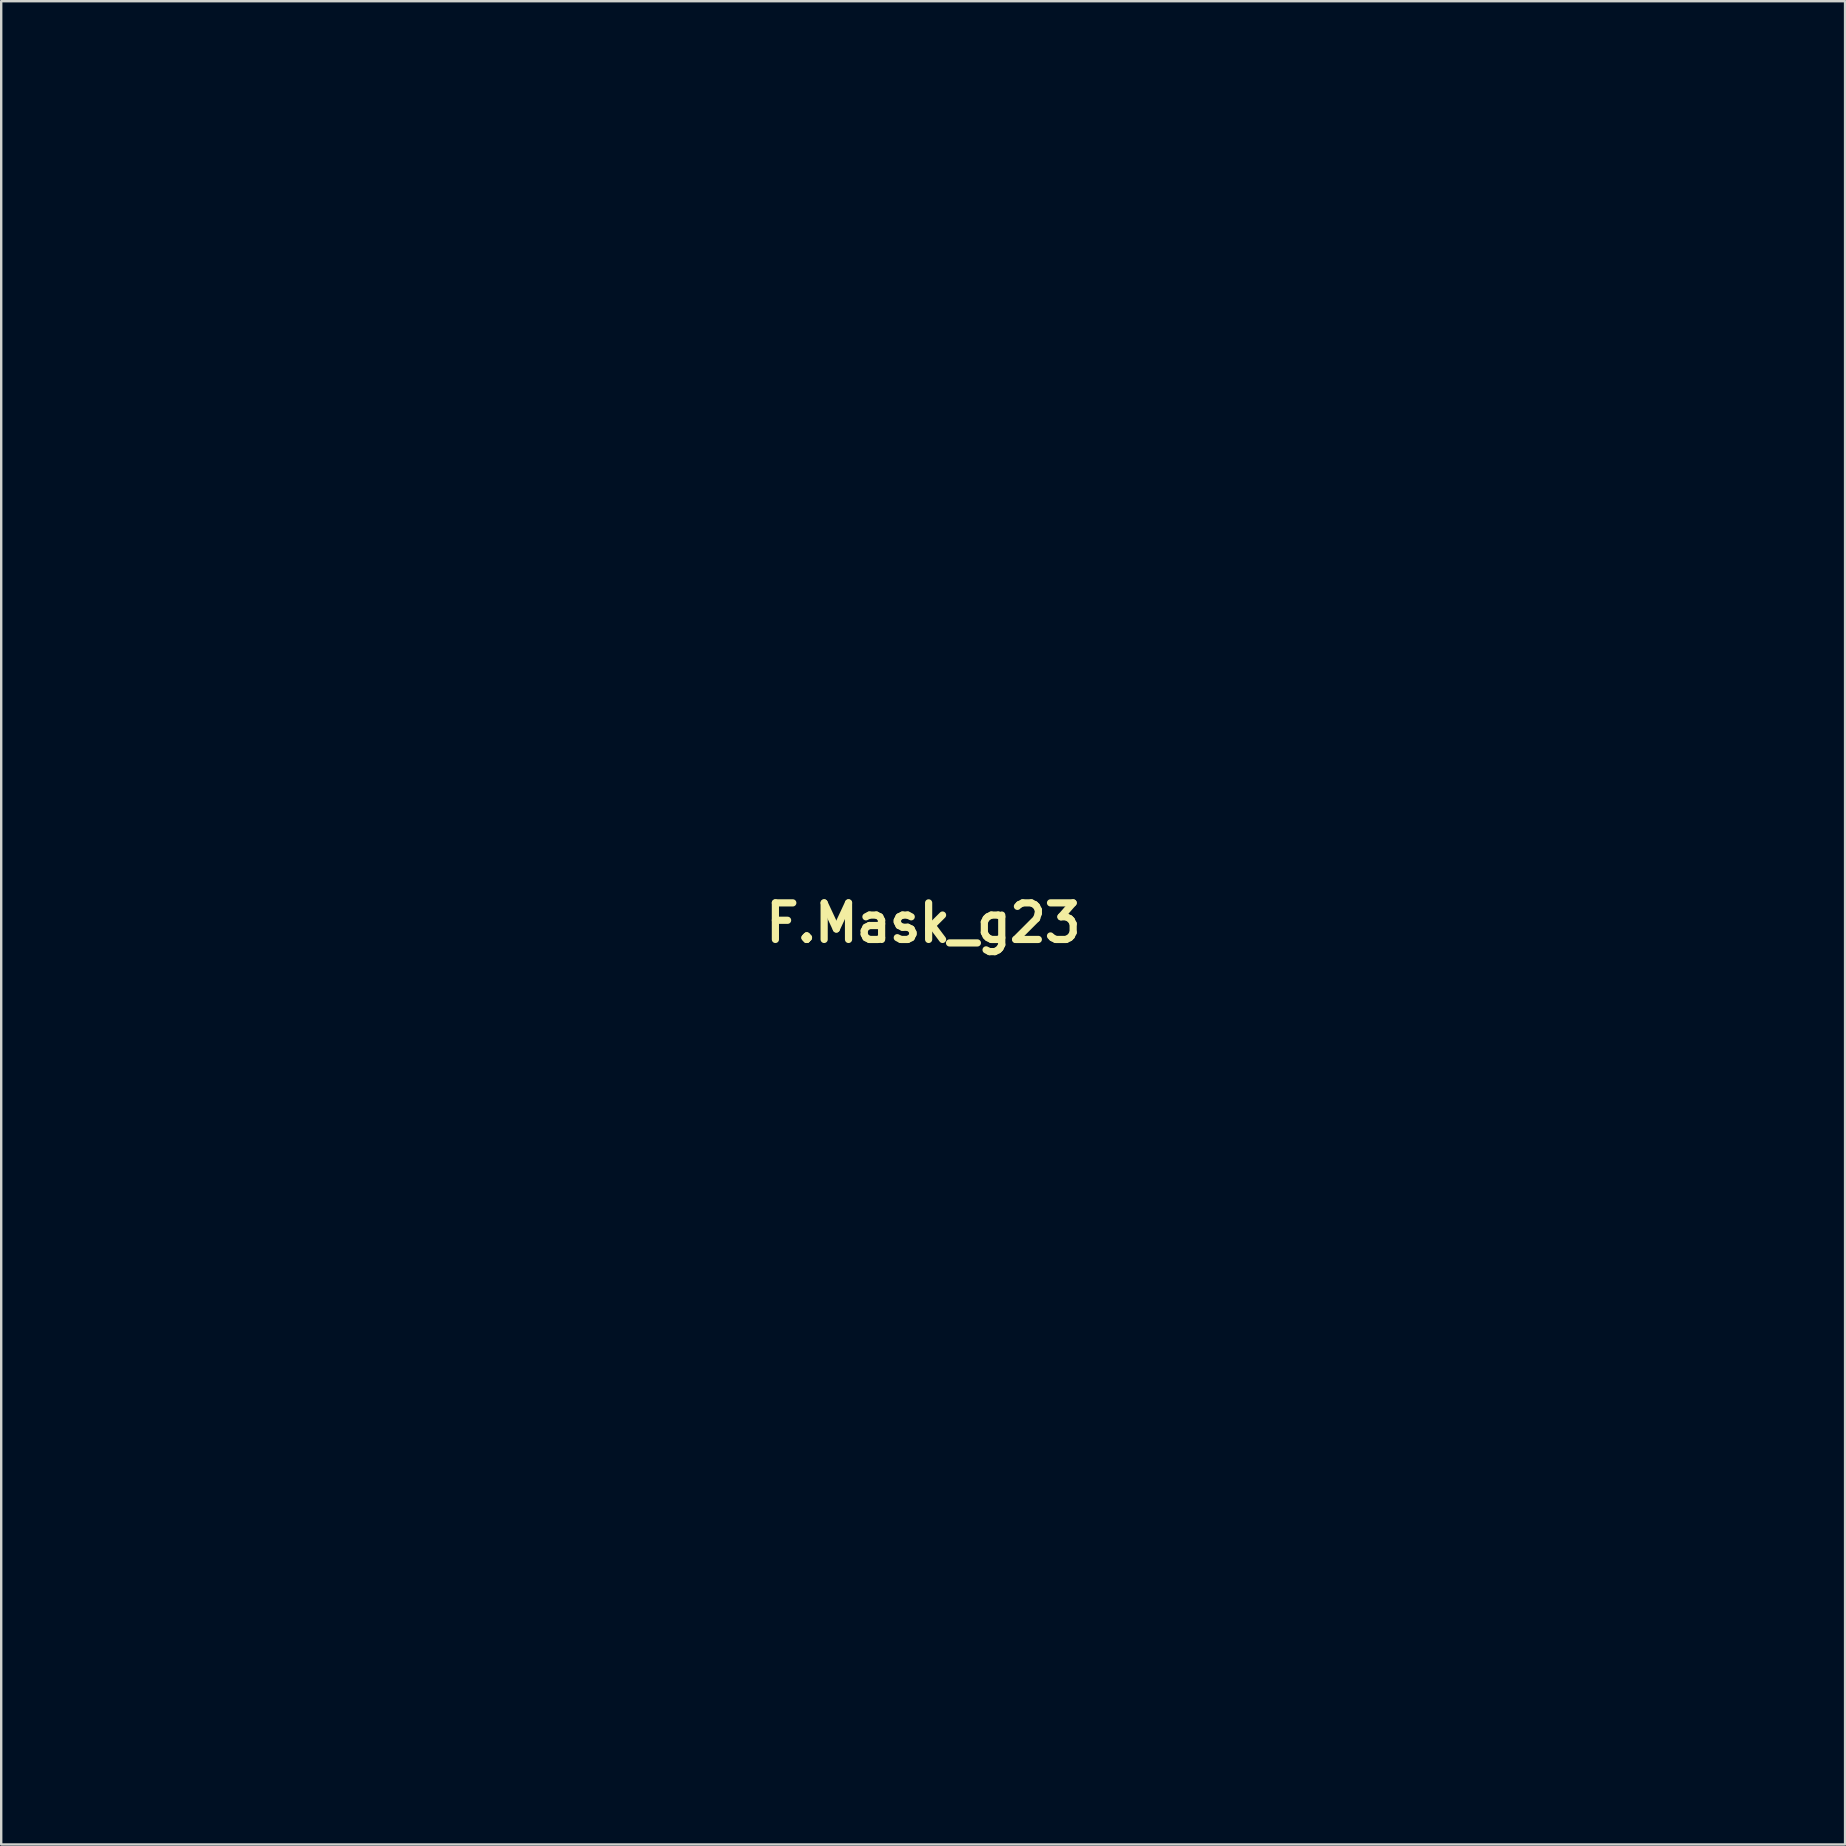
<source format=kicad_pcb>
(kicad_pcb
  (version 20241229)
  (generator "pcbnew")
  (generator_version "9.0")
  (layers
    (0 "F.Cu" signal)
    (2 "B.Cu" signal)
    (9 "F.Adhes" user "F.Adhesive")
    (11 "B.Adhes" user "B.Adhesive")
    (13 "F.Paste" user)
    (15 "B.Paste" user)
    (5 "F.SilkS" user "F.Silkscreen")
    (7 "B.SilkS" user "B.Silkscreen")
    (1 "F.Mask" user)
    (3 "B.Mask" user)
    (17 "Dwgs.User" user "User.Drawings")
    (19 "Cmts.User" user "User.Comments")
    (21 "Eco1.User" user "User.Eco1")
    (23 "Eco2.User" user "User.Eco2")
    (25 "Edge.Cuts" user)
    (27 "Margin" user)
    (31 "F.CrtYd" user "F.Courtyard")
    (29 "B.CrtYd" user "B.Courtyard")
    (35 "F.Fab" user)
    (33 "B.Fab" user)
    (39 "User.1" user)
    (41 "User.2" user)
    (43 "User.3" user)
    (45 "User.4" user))
  (footprint "F.Mask_g23"
    (layer "F.Cu")
    (at 35.435 35.414)
    (property "Reference" "F.Mask_g23" (at 0 0 0) (layer "F.SilkS") (effects (font (size 1.524 1.524) (thickness 0.3))))
    (attr through_hole)
    (fp_poly (pts (xy 6.865 -10.979) (xy 6.898 -10.925) (xy 6.943 -10.845) (xy 6.996 -10.745) (xy 7.055 -10.63) (xy 7.117 -10.507) (xy 7.179 -10.381) (xy 7.238 -10.258) (xy 7.29 -10.145) (xy 7.325 -10.065) (xy 7.523 -9.55) (xy 7.679 -9.032) (xy 7.792 -8.52) (xy 7.813 -8.369) (xy 7.829 -8.192) (xy 7.839 -8) (xy 7.843 -7.803) (xy 7.841 -7.609) (xy 7.833 -7.431) (xy 7.818 -7.277) (xy 7.804 -7.186) (xy 7.719 -6.842) (xy 7.604 -6.527) (xy 7.458 -6.236) (xy 7.278 -5.964) (xy 7.061 -5.708) (xy 6.847 -5.501) (xy 6.521 -5.234) (xy 6.18 -5.006) (xy 5.823 -4.818) (xy 5.45 -4.668) (xy 5.058 -4.556) (xy 4.647 -4.482) (xy 4.525 -4.467) (xy 4.415 -4.458) (xy 4.275 -4.453) (xy 4.12 -4.449) (xy 3.964 -4.449) (xy 3.818 -4.452) (xy 3.698 -4.458) (xy 3.672 -4.46) (xy 3.44 -4.486) (xy 3.183 -4.528) (xy 2.915 -4.581) (xy 2.65 -4.642) (xy 2.403 -4.71) (xy 2.366 -4.721) (xy 2.166 -4.787) (xy 1.947 -4.868) (xy 1.723 -4.958) (xy 1.504 -5.052) (xy 1.305 -5.144) (xy 1.169 -5.214) (xy 1.099 -5.251) (xy 3.962 -8.129) (xy 4.253 -8.421) (xy 4.535 -8.704) (xy 4.808 -8.978) (xy 5.07 -9.24) (xy 5.32 -9.49) (xy 5.557 -9.727) (xy 5.778 -9.947) (xy 5.982 -10.151) (xy 6.169 -10.337) (xy 6.336 -10.502) (xy 6.482 -10.647) (xy 6.606 -10.768) (xy 6.705 -10.866) (xy 6.78 -10.938) (xy 6.827 -10.983) (xy 6.847 -11) (xy 6.847 -11) (xy 6.865 -10.979)) (stroke (width 0.01) (type solid)) (fill yes) (layer "F.Mask"))
    (fp_poly (pts (xy -5.285 1.579) (xy -5.261 1.619) (xy -5.226 1.688) (xy -5.187 1.77) (xy -4.962 2.284) (xy -4.776 2.809) (xy -4.629 3.341) (xy -4.548 3.736) (xy -4.532 3.828) (xy -4.52 3.913) (xy -4.512 3.998) (xy -4.506 4.092) (xy -4.502 4.202) (xy -4.5 4.336) (xy -4.499 4.501) (xy -4.499 4.561) (xy -4.5 4.766) (xy -4.504 4.936) (xy -4.512 5.081) (xy -4.525 5.211) (xy -4.545 5.332) (xy -4.572 5.454) (xy -4.608 5.586) (xy -4.654 5.736) (xy -4.66 5.755) (xy -4.785 6.081) (xy -4.949 6.395) (xy -5.148 6.693) (xy -5.379 6.972) (xy -5.639 7.231) (xy -5.925 7.467) (xy -6.234 7.677) (xy -6.564 7.859) (xy -6.911 8.011) (xy -7.272 8.129) (xy -7.526 8.189) (xy -7.782 8.231) (xy -8.064 8.259) (xy -8.36 8.273) (xy -8.654 8.273) (xy -8.934 8.258) (xy -8.996 8.252) (xy -9.232 8.221) (xy -9.493 8.176) (xy -9.763 8.119) (xy -10.027 8.054) (xy -10.272 7.984) (xy -10.319 7.969) (xy -10.437 7.93) (xy -10.557 7.887) (xy -10.67 7.845) (xy -10.772 7.805) (xy -10.855 7.77) (xy -10.912 7.743) (xy -10.938 7.726) (xy -10.939 7.723) (xy -10.924 7.706) (xy -10.882 7.66) (xy -10.814 7.585) (xy -10.722 7.483) (xy -10.607 7.356) (xy -10.47 7.205) (xy -10.312 7.033) (xy -10.136 6.839) (xy -9.942 6.627) (xy -9.732 6.397) (xy -9.507 6.15) (xy -9.269 5.89) (xy -9.018 5.616) (xy -8.757 5.33) (xy -8.486 5.034) (xy -8.208 4.73) (xy -8.149 4.666) (xy -7.869 4.36) (xy -7.596 4.061) (xy -7.332 3.773) (xy -7.078 3.495) (xy -6.835 3.23) (xy -6.606 2.979) (xy -6.391 2.744) (xy -6.191 2.526) (xy -6.009 2.326) (xy -5.846 2.147) (xy -5.702 1.99) (xy -5.58 1.856) (xy -5.481 1.747) (xy -5.405 1.664) (xy -5.356 1.609) (xy -5.333 1.584) (xy -5.332 1.582) (xy -5.316 1.566) (xy -5.302 1.563) (xy -5.285 1.579)) (stroke (width 0.01) (type solid)) (fill yes) (layer "F.Mask"))
    (fp_poly (pts (xy 16.532 -35.409) (xy 17.543 -35.409) (xy 18.517 -35.409) (xy 19.454 -35.408) (xy 20.355 -35.408) (xy 21.22 -35.408) (xy 22.049 -35.408) (xy 22.842 -35.408) (xy 23.601 -35.407) (xy 24.325 -35.407) (xy 25.014 -35.407) (xy 25.67 -35.406) (xy 26.292 -35.406) (xy 26.881 -35.406) (xy 27.437 -35.405) (xy 27.96 -35.405) (xy 28.452 -35.404) (xy 28.911 -35.403) (xy 29.34 -35.403) (xy 29.737 -35.402) (xy 30.104 -35.402) (xy 30.44 -35.401) (xy 30.746 -35.4) (xy 31.023 -35.399) (xy 31.271 -35.399) (xy 31.49 -35.398) (xy 31.68 -35.397) (xy 31.843 -35.396) (xy 31.977 -35.395) (xy 32.085 -35.394) (xy 32.165 -35.393) (xy 32.218 -35.392) (xy 32.246 -35.391) (xy 32.247 -35.391) (xy 32.632 -35.333) (xy 32.996 -35.238) (xy 33.341 -35.106) (xy 33.668 -34.936) (xy 33.977 -34.727) (xy 34.27 -34.479) (xy 34.366 -34.387) (xy 34.624 -34.104) (xy 34.843 -33.808) (xy 35.024 -33.497) (xy 35.169 -33.169) (xy 35.278 -32.821) (xy 35.353 -32.45) (xy 35.391 -32.109) (xy 35.392 -32.079) (xy 35.393 -32.019) (xy 35.394 -31.928) (xy 35.395 -31.807) (xy 35.396 -31.655) (xy 35.397 -31.472) (xy 35.398 -31.257) (xy 35.399 -31.01) (xy 35.4 -30.731) (xy 35.4 -30.419) (xy 35.401 -30.075) (xy 35.402 -29.698) (xy 35.403 -29.288) (xy 35.403 -28.844) (xy 35.404 -28.366) (xy 35.404 -27.854) (xy 35.405 -27.307) (xy 35.405 -26.726) (xy 35.406 -26.11) (xy 35.406 -25.458) (xy 35.407 -24.771) (xy 35.407 -24.048) (xy 35.407 -23.288) (xy 35.408 -22.492) (xy 35.408 -21.66) (xy 35.408 -20.79) (xy 35.408 -19.883) (xy 35.408 -18.938) (xy 35.408 -17.956) (xy 35.408 -16.935) (xy 35.409 -15.876) (xy 35.409 -14.777) (xy 35.409 -13.64) (xy 35.408 -12.463) (xy 35.408 -11.247) (xy 35.408 -9.991) (xy 35.408 -8.694) (xy 35.408 -7.357) (xy 35.408 -5.979) (xy 35.407 -4.56) (xy 35.407 -3.1) (xy 35.407 -1.598) (xy 35.407 -0.054) (xy 35.406 0.222) (xy 35.406 1.631) (xy 35.406 2.997) (xy 35.406 4.323) (xy 35.405 5.608) (xy 35.405 6.854) (xy 35.405 8.06) (xy 35.404 9.228) (xy 35.404 10.357) (xy 35.404 11.45) (xy 35.403 12.505) (xy 35.403 13.525) (xy 35.403 14.509) (xy 35.402 15.459) (xy 35.402 16.374) (xy 35.402 17.256) (xy 35.401 18.105) (xy 35.401 18.921) (xy 35.401 19.706) (xy 35.4 20.46) (xy 35.4 21.184) (xy 35.4 21.877) (xy 35.399 22.542) (xy 35.399 23.178) (xy 35.399 23.786) (xy 35.398 24.367) (xy 35.398 24.921) (xy 35.397 25.449) (xy 35.397 25.952) (xy 35.396 26.43) (xy 35.396 26.884) (xy 35.395 27.315) (xy 35.395 27.723) (xy 35.394 28.108) (xy 35.393 28.472) (xy 35.393 28.815) (xy 35.392 29.137) (xy 35.392 29.44) (xy 35.391 29.724) (xy 35.39 29.989) (xy 35.389 30.236) (xy 35.389 30.467) (xy 35.388 30.68) (xy 35.387 30.878) (xy 35.386 31.06) (xy 35.385 31.228) (xy 35.384 31.381) (xy 35.383 31.522) (xy 35.382 31.649) (xy 35.381 31.764) (xy 35.38 31.868) (xy 35.379 31.96) (xy 35.378 32.043) (xy 35.377 32.115) (xy 35.376 32.179) (xy 35.375 32.234) (xy 35.373 32.282) (xy 35.372 32.322) (xy 35.371 32.356) (xy 35.369 32.383) (xy 35.368 32.406) (xy 35.366 32.424) (xy 35.365 32.438) (xy 35.363 32.448) (xy 35.363 32.449) (xy 35.273 32.844) (xy 35.149 33.215) (xy 34.99 33.561) (xy 34.796 33.884) (xy 34.567 34.185) (xy 34.386 34.381) (xy 34.1 34.639) (xy 33.791 34.862) (xy 33.459 35.05) (xy 33.103 35.203) (xy 32.725 35.319) (xy 32.533 35.363) (xy 32.524 35.365) (xy 32.512 35.366) (xy 32.496 35.368) (xy 32.476 35.369) (xy 32.451 35.371) (xy 32.421 35.372) (xy 32.384 35.373) (xy 32.341 35.375) (xy 32.29 35.376) (xy 32.232 35.377) (xy 32.165 35.378) (xy 32.089 35.379) (xy 32.002 35.381) (xy 31.906 35.382) (xy 31.798 35.383) (xy 31.679 35.384) (xy 31.547 35.385) (xy 31.402 35.385) (xy 31.244 35.386) (xy 31.071 35.387) (xy 30.883 35.388) (xy 30.68 35.389) (xy 30.461 35.389) (xy 30.225 35.39) (xy 29.972 35.391) (xy 29.701 35.392) (xy 29.411 35.392) (xy 29.102 35.393) (xy 28.773 35.393) (xy 28.424 35.394) (xy 28.053 35.394) (xy 27.661 35.395) (xy 27.246 35.395) (xy 26.808 35.396) (xy 26.347 35.396) (xy 25.861 35.397) (xy 25.351 35.397) (xy 24.815 35.397) (xy 24.253 35.398) (xy 23.664 35.398) (xy 23.048 35.398) (xy 22.403 35.399) (xy 21.73 35.399) (xy 21.028 35.399) (xy 20.296 35.399) (xy 19.534 35.4) (xy 18.74 35.4) (xy 17.914 35.4) (xy 17.056 35.4) (xy 16.166 35.401) (xy 15.241 35.401) (xy 14.282 35.401) (xy 13.288 35.401) (xy 12.259 35.401) (xy 11.194 35.401) (xy 10.091 35.401) (xy 8.952 35.402) (xy 7.774 35.402) (xy 6.558 35.402) (xy 5.302 35.402) (xy 4.007 35.402) (xy 2.671 35.402) (xy 1.294 35.402) (xy 0.064 35.402) (xy -1.106 35.403) (xy -2.266 35.403) (xy -3.414 35.403) (xy -4.551 35.403) (xy -5.676 35.403) (xy -6.789 35.403) (xy -7.887 35.403) (xy -8.971 35.403) (xy -10.04 35.403) (xy -11.093 35.403) (xy -12.129 35.403) (xy -13.148 35.403) (xy -14.149 35.403) (xy -15.131 35.403) (xy -16.094 35.403) (xy -17.036 35.403) (xy -17.958 35.403) (xy -18.858 35.403) (xy -19.735 35.402) (xy -20.59 35.402) (xy -21.42 35.402) (xy -22.226 35.402) (xy -23.006 35.402) (xy -23.761 35.402) (xy -24.488 35.402) (xy -25.188 35.402) (xy -25.86 35.401) (xy -26.503 35.401) (xy -27.117 35.401) (xy -27.699 35.401) (xy -28.251 35.401) (xy -28.771 35.401) (xy -29.258 35.4) (xy -29.712 35.4) (xy -30.132 35.4) (xy -30.517 35.4) (xy -30.866 35.399) (xy -31.18 35.399) (xy -31.456 35.399) (xy -31.694 35.399) (xy -31.895 35.398) (xy -32.056 35.398) (xy -32.177 35.398) (xy -32.257 35.398) (xy -32.296 35.397) (xy -32.3 35.397) (xy -32.659 35.339) (xy -33.012 35.242) (xy -33.356 35.109) (xy -33.684 34.942) (xy -33.993 34.744) (xy -34.276 34.518) (xy -34.513 34.283) (xy -34.757 33.982) (xy -34.964 33.662) (xy -35.134 33.322) (xy -35.266 32.964) (xy -35.359 32.587) (xy -35.412 32.226) (xy -35.413 32.202) (xy -35.414 32.15) (xy -35.415 32.072) (xy -35.416 31.966) (xy -35.417 31.832) (xy -35.418 31.669) (xy -35.419 31.478) (xy -35.42 31.258) (xy -35.42 31.009) (xy -35.421 30.73) (xy -35.422 30.421) (xy -35.423 30.082) (xy -35.423 29.712) (xy -35.424 29.311) (xy -35.425 28.878) (xy -35.425 28.414) (xy -35.426 27.917) (xy -35.426 27.388) (xy -35.427 26.827) (xy -35.427 26.231) (xy -35.428 25.603) (xy -35.428 24.94) (xy -35.428 24.243) (xy -35.429 23.512) (xy -35.429 22.746) (xy -35.429 21.944) (xy -35.429 21.106) (xy -35.429 20.233) (xy -35.43 19.323) (xy -35.43 18.376) (xy -35.43 17.393) (xy -35.43 16.371) (xy -35.43 15.312) (xy -35.43 14.215) (xy -35.43 13.079) (xy -35.43 11.905) (xy -35.43 10.691) (xy -35.429 9.438) (xy -35.429 8.145) (xy -35.429 6.811) (xy -35.429 5.437) (xy -35.429 4.022) (xy -35.428 2.565) (xy -35.428 1.067) (xy -35.428 -0.159) (xy -35.427 -1.479) (xy -34.016 -1.479) (xy -34.016 -0.467) (xy -34.016 0.546) (xy -34.016 1.558) (xy -34.016 2.569) (xy -34.016 3.577) (xy -34.016 4.583) (xy -34.016 5.584) (xy -34.015 6.581) (xy -34.015 7.571) (xy -34.015 8.555) (xy -34.015 9.531) (xy -34.015 10.499) (xy -34.014 11.458) (xy -34.014 12.406) (xy -34.014 13.343) (xy -34.013 14.268) (xy -34.013 15.18) (xy -34.013 16.078) (xy -34.012 16.961) (xy -34.012 17.829) (xy -34.011 18.68) (xy -34.011 19.514) (xy -34.011 20.329) (xy -34.01 21.126) (xy -34.01 21.902) (xy -34.009 22.657) (xy -34.008 23.39) (xy -34.008 24.101) (xy -34.007 24.788) (xy -34.007 25.45) (xy -34.006 26.087) (xy -34.005 26.698) (xy -34.005 27.281) (xy -34.004 27.836) (xy -34.003 28.362) (xy -34.003 28.859) (xy -34.002 29.324) (xy -34.001 29.758) (xy -34 30.159) (xy -34 30.527) (xy -33.999 30.861) (xy -33.998 31.159) (xy -33.997 31.421) (xy -33.996 31.646) (xy -33.995 31.833) (xy -33.994 31.981) (xy -33.993 32.09) (xy -33.992 32.158) (xy -33.991 32.184) (xy -33.936 32.469) (xy -33.843 32.739) (xy -33.715 32.99) (xy -33.555 33.221) (xy -33.366 33.427) (xy -33.15 33.606) (xy -32.911 33.755) (xy -32.651 33.871) (xy -32.374 33.951) (xy -32.314 33.962) (xy -32.301 33.964) (xy -32.276 33.965) (xy -32.237 33.966) (xy -32.185 33.967) (xy -32.119 33.968) (xy -32.038 33.969) (xy -31.942 33.97) (xy -31.829 33.971) (xy -31.701 33.972) (xy -31.555 33.973) (xy -31.392 33.974) (xy -31.21 33.975) (xy -31.01 33.976) (xy -30.791 33.976) (xy -30.552 33.977) (xy -30.292 33.978) (xy -30.012 33.979) (xy -29.709 33.979) (xy -29.385 33.98) (xy -29.039 33.981) (xy -28.669 33.981) (xy -28.275 33.982) (xy -27.857 33.982) (xy -27.414 33.983) (xy -26.945 33.983) (xy -26.45 33.984) (xy -25.929 33.984) (xy -25.381 33.984) (xy -24.805 33.985) (xy -24.2 33.985) (xy -23.567 33.985) (xy -22.905 33.986) (xy -22.212 33.986) (xy -21.489 33.986) (xy -20.734 33.986) (xy -19.948 33.986) (xy -19.13 33.987) (xy -18.279 33.987) (xy -17.395 33.987) (xy -16.476 33.987) (xy -15.523 33.987) (xy -14.535 33.987) (xy -13.512 33.987) (xy -12.452 33.987) (xy -11.355 33.987) (xy -10.221 33.987) (xy -9.049 33.987) (xy -7.839 33.987) (xy -6.59 33.987) (xy -5.301 33.987) (xy -3.972 33.987) (xy -2.602 33.987) (xy -1.191 33.987) (xy 0.053 33.986) (xy 32.269 33.983) (xy 32.438 33.934) (xy 32.728 33.829) (xy 32.993 33.69) (xy 33.233 33.516) (xy 33.38 33.382) (xy 33.564 33.171) (xy 33.714 32.942) (xy 33.835 32.689) (xy 33.903 32.5) (xy 33.962 32.311) (xy 33.962 -32.29) (xy 33.913 -32.459) (xy 33.809 -32.748) (xy 33.671 -33.012) (xy 33.501 -33.249) (xy 33.301 -33.457) (xy 33.072 -33.635) (xy 32.816 -33.782) (xy 32.534 -33.897) (xy 32.398 -33.937) (xy 32.226 -33.983) (xy -32.247 -33.983) (xy -32.435 -33.935) (xy -32.71 -33.844) (xy -32.969 -33.717) (xy -33.208 -33.557) (xy -33.422 -33.367) (xy -33.606 -33.15) (xy -33.653 -33.084) (xy -33.794 -32.841) (xy -33.898 -32.591) (xy -33.968 -32.325) (xy -33.993 -32.165) (xy -33.994 -32.136) (xy -33.995 -32.066) (xy -33.996 -31.955) (xy -33.997 -31.804) (xy -33.998 -31.615) (xy -33.999 -31.388) (xy -34 -31.123) (xy -34.001 -30.823) (xy -34.002 -30.488) (xy -34.002 -30.118) (xy -34.003 -29.715) (xy -34.004 -29.279) (xy -34.005 -28.811) (xy -34.005 -28.313) (xy -34.006 -27.785) (xy -34.007 -27.228) (xy -34.007 -26.643) (xy -34.008 -26.031) (xy -34.008 -25.393) (xy -34.009 -24.729) (xy -34.009 -24.041) (xy -34.01 -23.329) (xy -34.01 -22.594) (xy -34.011 -21.838) (xy -34.011 -21.06) (xy -34.012 -20.263) (xy -34.012 -19.446) (xy -34.013 -18.611) (xy -34.013 -17.759) (xy -34.013 -16.891) (xy -34.014 -16.006) (xy -34.014 -15.107) (xy -34.014 -14.195) (xy -34.015 -13.269) (xy -34.015 -12.331) (xy -34.015 -11.383) (xy -34.015 -10.424) (xy -34.015 -9.455) (xy -34.016 -8.478) (xy -34.016 -7.494) (xy -34.016 -6.503) (xy -34.016 -5.506) (xy -34.016 -4.505) (xy -34.016 -3.499) (xy -34.016 -2.49) (xy -34.016 -1.479) (xy -35.427 -1.479) (xy -35.427 -1.573) (xy -35.427 -2.947) (xy -35.427 -4.278) (xy -35.426 -5.57) (xy -35.426 -6.822) (xy -35.426 -8.034) (xy -35.425 -9.208) (xy -35.425 -10.343) (xy -35.425 -11.442) (xy -35.425 -12.504) (xy -35.424 -13.529) (xy -35.424 -14.519) (xy -35.424 -15.474) (xy -35.423 -16.395) (xy -35.423 -17.283) (xy -35.423 -18.137) (xy -35.422 -18.959) (xy -35.422 -19.749) (xy -35.421 -20.508) (xy -35.421 -21.236) (xy -35.421 -21.935) (xy -35.42 -22.604) (xy -35.42 -23.245) (xy -35.419 -23.857) (xy -35.419 -24.442) (xy -35.419 -25) (xy -35.418 -25.532) (xy -35.418 -26.039) (xy -35.417 -26.521) (xy -35.417 -26.978) (xy -35.416 -27.411) (xy -35.415 -27.822) (xy -35.415 -28.21) (xy -35.414 -28.576) (xy -35.414 -28.921) (xy -35.413 -29.246) (xy -35.412 -29.55) (xy -35.412 -29.835) (xy -35.411 -30.101) (xy -35.41 -30.35) (xy -35.409 -30.58) (xy -35.409 -30.794) (xy -35.408 -30.992) (xy -35.407 -31.174) (xy -35.406 -31.341) (xy -35.405 -31.494) (xy -35.404 -31.632) (xy -35.403 -31.758) (xy -35.402 -31.871) (xy -35.401 -31.973) (xy -35.4 -32.063) (xy -35.399 -32.142) (xy -35.398 -32.212) (xy -35.396 -32.271) (xy -35.395 -32.323) (xy -35.394 -32.366) (xy -35.393 -32.401) (xy -35.391 -32.43) (xy -35.39 -32.452) (xy -35.388 -32.468) (xy -35.387 -32.48) (xy -35.387 -32.483) (xy -35.296 -32.863) (xy -35.179 -33.212) (xy -35.034 -33.535) (xy -34.859 -33.835) (xy -34.651 -34.116) (xy -34.409 -34.382) (xy -34.406 -34.385) (xy -34.126 -34.638) (xy -33.826 -34.856) (xy -33.506 -35.038) (xy -33.163 -35.187) (xy -32.793 -35.304) (xy -32.524 -35.365) (xy -32.514 -35.367) (xy -32.499 -35.368) (xy -32.479 -35.37) (xy -32.452 -35.371) (xy -32.419 -35.372) (xy -32.378 -35.374) (xy -32.329 -35.375) (xy -32.272 -35.376) (xy -32.205 -35.377) (xy -32.128 -35.378) (xy -32.041 -35.38) (xy -31.942 -35.381) (xy -31.832 -35.382) (xy -31.71 -35.383) (xy -31.574 -35.384) (xy -31.425 -35.385) (xy -31.261 -35.385) (xy -31.083 -35.386) (xy -30.889 -35.387) (xy -30.679 -35.388) (xy -30.452 -35.389) (xy -30.208 -35.389) (xy -29.946 -35.39) (xy -29.665 -35.391) (xy -29.366 -35.392) (xy -29.046 -35.392) (xy -28.706 -35.393) (xy -28.344 -35.394) (xy -27.961 -35.394) (xy -27.556 -35.395) (xy -27.128 -35.395) (xy -26.676 -35.396) (xy -26.2 -35.396) (xy -25.7 -35.397) (xy -25.173 -35.397) (xy -24.621 -35.398) (xy -24.042 -35.398) (xy -23.436 -35.399) (xy -22.802 -35.399) (xy -22.139 -35.399) (xy -21.448 -35.4) (xy -20.726 -35.4) (xy -19.974 -35.401) (xy -19.191 -35.401) (xy -18.377 -35.401) (xy -17.53 -35.402) (xy -16.65 -35.402) (xy -15.737 -35.402) (xy -14.79 -35.403) (xy -13.808 -35.403) (xy -12.791 -35.403) (xy -11.738 -35.404) (xy -10.648 -35.404) (xy -9.521 -35.404) (xy -8.356 -35.405) (xy -7.152 -35.405) (xy -5.91 -35.405) (xy -4.628 -35.405) (xy -3.305 -35.406) (xy -1.942 -35.406) (xy -0.537 -35.406) (xy -0.169 -35.407) (xy 1.359 -35.407) (xy 2.846 -35.407) (xy 4.291 -35.407) (xy 5.694 -35.408) (xy 7.057 -35.408) (xy 8.379 -35.408) (xy 9.661 -35.408) (xy 10.904 -35.408) (xy 12.107 -35.409) (xy 13.271 -35.409) (xy 14.396 -35.409) (xy 15.483 -35.409) (xy 16.532 -35.409)) (stroke (width 0.01) (type solid)) (fill yes) (layer "F.Mask")))
  (gr_rect
    (start -3 -3)
    (end 73.848 73.822)
    (stroke (width 0.1) (type default))
    (fill no)
    (layer "Edge.Cuts")))
</source>
